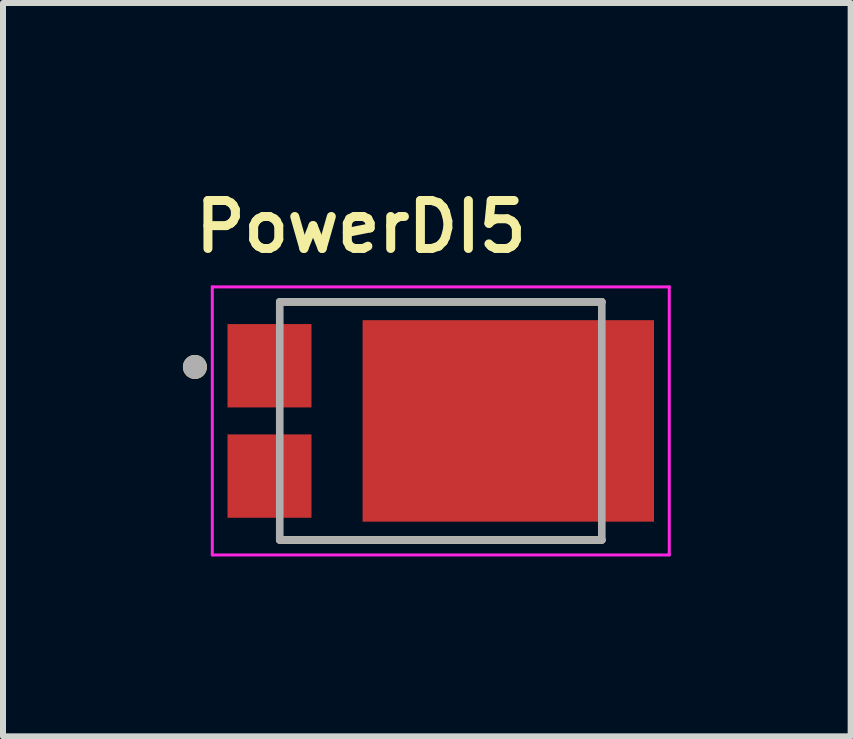
<source format=kicad_pcb>
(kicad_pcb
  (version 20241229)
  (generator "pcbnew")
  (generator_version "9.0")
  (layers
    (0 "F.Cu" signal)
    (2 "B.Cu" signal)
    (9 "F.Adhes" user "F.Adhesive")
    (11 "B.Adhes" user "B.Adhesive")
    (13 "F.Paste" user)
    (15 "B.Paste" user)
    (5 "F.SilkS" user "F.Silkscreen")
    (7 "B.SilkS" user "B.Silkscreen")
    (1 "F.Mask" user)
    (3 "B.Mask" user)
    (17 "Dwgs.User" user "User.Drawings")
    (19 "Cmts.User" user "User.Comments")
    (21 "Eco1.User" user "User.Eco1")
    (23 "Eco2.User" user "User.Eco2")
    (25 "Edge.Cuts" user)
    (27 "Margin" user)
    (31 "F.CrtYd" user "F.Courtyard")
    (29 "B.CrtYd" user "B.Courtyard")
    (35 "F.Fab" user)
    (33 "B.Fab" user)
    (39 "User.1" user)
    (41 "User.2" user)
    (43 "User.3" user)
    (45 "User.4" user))
  (footprint "PowerDI5"
    (layer "F.Cu")
    (at 4.3 3.969)
    (property "Reference" "PowerDI5" (at -1.33 -3.238 0) (layer "F.SilkS") (effects (font (size 0.8 0.8) (thickness 0.15))))
    (attr smd)
    (fp_line (start -2.685 -1.985) (end 2.685 -1.985) (stroke (width 0.127) (type solid)) (layer "F.SilkS"))
    (fp_line (start 2.685 1.985) (end -2.685 1.985) (stroke (width 0.127) (type solid)) (layer "F.SilkS"))
    (fp_circle (center -4.1 -0.9) (end -4 -0.9) (stroke (width 0.2) (type solid)) (fill no) (layer "F.SilkS"))
    (fp_poly (pts (xy 0.066 -1.54) (xy 2.486 -1.54) (xy 2.486 1.54) (xy 0.066 1.54)) (stroke (width 0.01) (type solid)) (fill yes) (layer "F.Paste"))
    (fp_line (start -3.81 -2.235) (end 3.81 -2.235) (stroke (width 0.05) (type solid)) (layer "F.CrtYd"))
    (fp_line (start -3.81 2.235) (end -3.81 -2.235) (stroke (width 0.05) (type solid)) (layer "F.CrtYd"))
    (fp_line (start 3.81 -2.235) (end 3.81 2.235) (stroke (width 0.05) (type solid)) (layer "F.CrtYd"))
    (fp_line (start 3.81 2.235) (end -3.81 2.235) (stroke (width 0.05) (type solid)) (layer "F.CrtYd"))
    (fp_line (start -2.685 -1.985) (end 2.685 -1.985) (stroke (width 0.127) (type solid)) (layer "F.Fab"))
    (fp_line (start -2.685 1.985) (end -2.685 -1.985) (stroke (width 0.127) (type solid)) (layer "F.Fab"))
    (fp_line (start 2.685 -1.985) (end 2.685 1.985) (stroke (width 0.127) (type solid)) (layer "F.Fab"))
    (fp_line (start 2.685 1.985) (end -2.685 1.985) (stroke (width 0.127) (type solid)) (layer "F.Fab"))
    (fp_circle (center -4.1 -0.9) (end -4 -0.9) (stroke (width 0.2) (type solid)) (fill no) (layer "F.Fab"))
    (pad "1" smd rect (at -2.856 -0.92) (size 1.4 1.39) (layers "F.Cu" "F.Mask" "F.Paste"))
    (pad "2" smd rect (at -2.856 0.92) (size 1.4 1.39) (layers "F.Cu" "F.Mask" "F.Paste"))
    (pad "3" smd rect (at 1.126 0) (size 4.86 3.36) (layers "F.Cu" "F.Mask")))
  (gr_rect
    (start -3 -3)
    (end 11.135 9.229)
    (stroke (width 0.1) (type default))
    (fill no)
    (layer "Edge.Cuts")))
</source>
